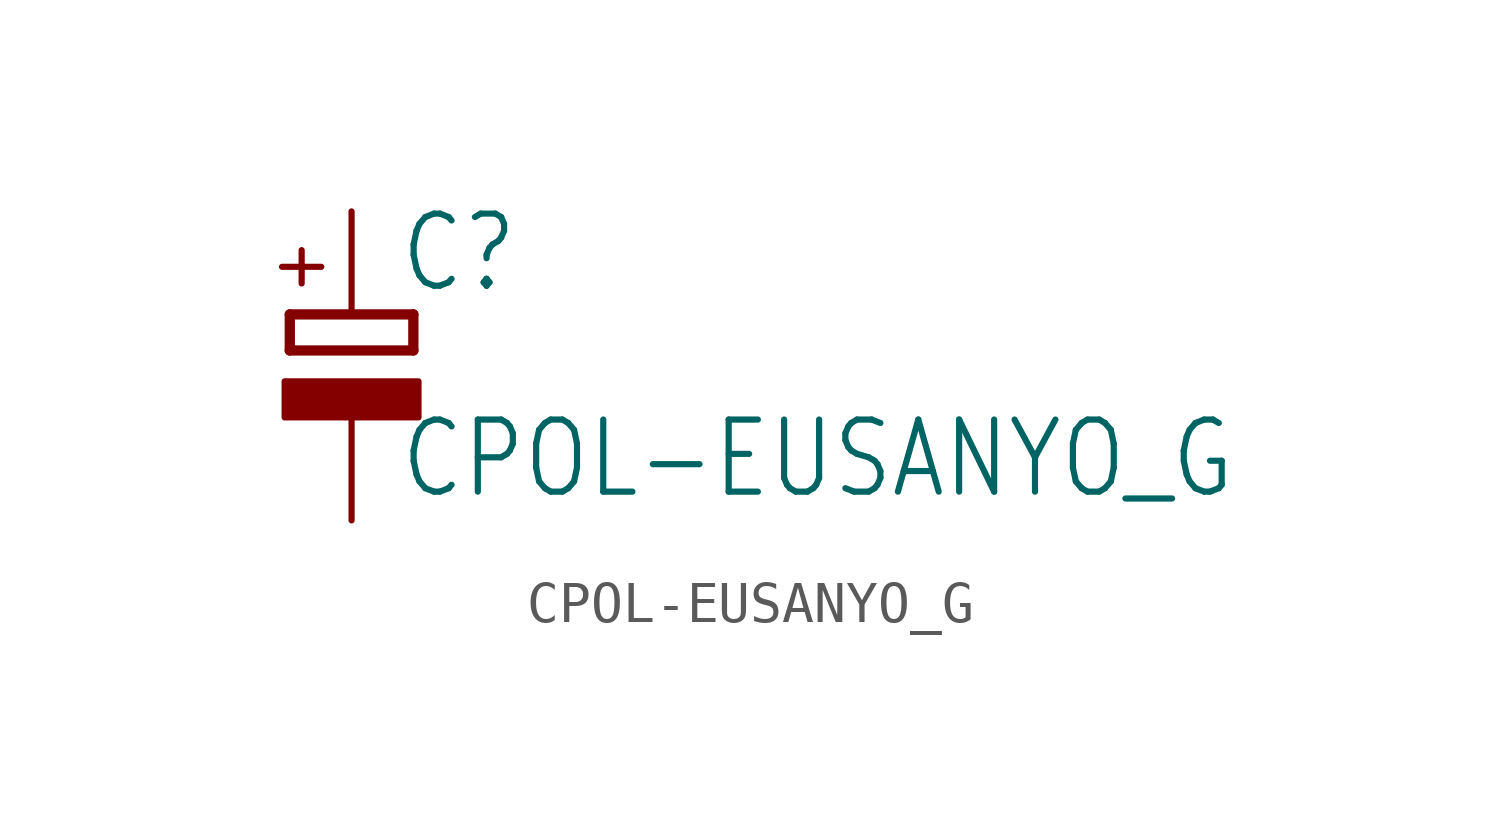
<source format=kicad_sym>
(kicad_symbol_lib
  (version 20210619)
  (generator kicad_symbol_editor)
  (symbol "CPOL-EUSANYO_G"
    (property "Reference" "C"
      (at 1.143 0.483 0)
      (effects (font (size 1.778 1.511)) (justify left bottom)))
    (property "Value" "CPOL-EUSANYO_G"
      (at 1.143 -4.597 0)
      (effects (font (size 1.778 1.511)) (justify left bottom)))
    (property "ki_locked" ""
      (at 0 0 0)
      (effects (font (size 1.27 1.27))))
    (symbol "CPOL-EUSANYO_G_1_0"
      (text "+" (at -0.584 0.406 900) (effects (font (size 1.27 1.079)) (justify left bottom)))
      (rectangle (start -1.651 -2.54) (end 1.651 -1.651) (stroke (width 0)) (fill (type outline)))
      (polyline (pts (xy -1.524 -0.889) (xy 1.524 -0.889)) (stroke (width 0.254)) (fill (type none)))
      (polyline (pts (xy -1.524 0) (xy -1.524 -0.889)) (stroke (width 0.254)) (fill (type none)))
      (polyline (pts (xy -1.524 0) (xy 1.524 0)) (stroke (width 0.254)) (fill (type none)))
      (polyline (pts (xy 1.524 -0.889) (xy 1.524 0)) (stroke (width 0.254)) (fill (type none)))
      (pin passive line (at 0 2.54 270) (length 2.54) (name "+" (effects (font (size 0 0)))) (number "+" (effects (font (size 0 0)))))
      (pin passive line (at 0 -5.08 90) (length 2.54) (name "-" (effects (font (size 0 0)))) (number "-" (effects (font (size 0 0))))))))
</source>
